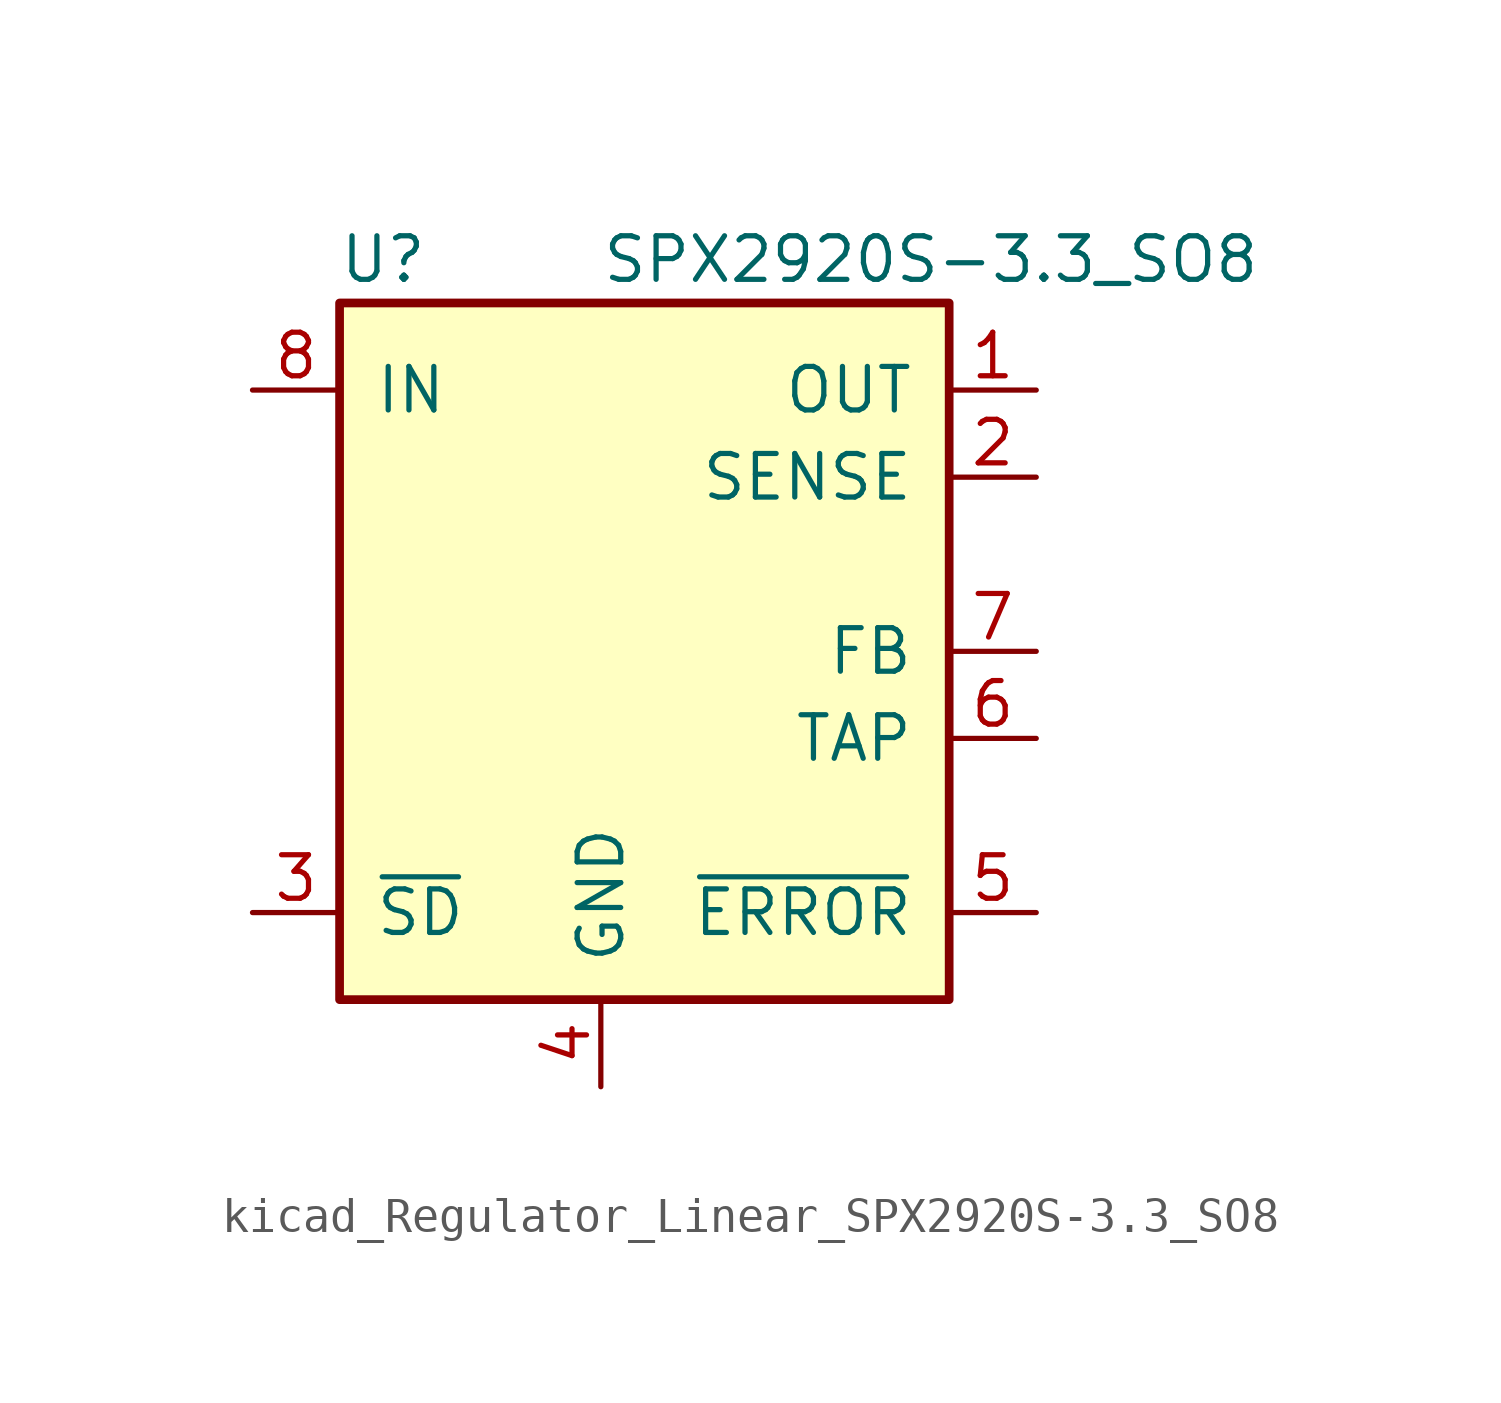
<source format=kicad_sym>
(kicad_symbol_lib
  (version 20220914)
  (generator kicad_symbol_editor)
  (symbol "kicad_Regulator_Linear_SPX2920S-3.3_SO8"
    (pin_names
      (offset 1.016))
    (property "Reference" "U"
      (at -6.35 3.81 0)
      (effects (font (size 1.27 1.27))))
    (property "Value" "SPX2920S-3.3_SO8"
      (at 0 3.81 0)
      (effects (font (size 1.27 1.27)) (justify left)))
    (symbol "kicad_Regulator_Linear_SPX2920S-3.3_SO8_0_1"
      (rectangle (start -7.62 2.54) (end 10.16 -17.78) (stroke (width 0.254) (type default)) (fill (type background))))
    (symbol "kicad_Regulator_Linear_SPX2920S-3.3_SO8_1_1"
      (pin power_out line (at 12.7 0 180) (length 2.54) (name "OUT" (effects (font (size 1.27 1.27)))) (number "1" (effects (font (size 1.27 1.27)))))
      (pin passive line (at 12.7 -2.54 180) (length 2.54) (name "SENSE" (effects (font (size 1.27 1.27)))) (number "2" (effects (font (size 1.27 1.27)))))
      (pin input line (at -10.16 -15.24 0) (length 2.54) (name "~{SD}" (effects (font (size 1.27 1.27)))) (number "3" (effects (font (size 1.27 1.27)))))
      (pin power_in line (at 0 -20.32 90) (length 2.54) (name "GND" (effects (font (size 1.27 1.27)))) (number "4" (effects (font (size 1.27 1.27)))))
      (pin output line (at 12.7 -15.24 180) (length 2.54) (name "~{ERROR}" (effects (font (size 1.27 1.27)))) (number "5" (effects (font (size 1.27 1.27)))))
      (pin passive line (at 12.7 -10.16 180) (length 2.54) (name "TAP" (effects (font (size 1.27 1.27)))) (number "6" (effects (font (size 1.27 1.27)))))
      (pin passive line (at 12.7 -7.62 180) (length 2.54) (name "FB" (effects (font (size 1.27 1.27)))) (number "7" (effects (font (size 1.27 1.27)))))
      (pin power_in line (at -10.16 0 0) (length 2.54) (name "IN" (effects (font (size 1.27 1.27)))) (number "8" (effects (font (size 1.27 1.27))))))))
</source>
